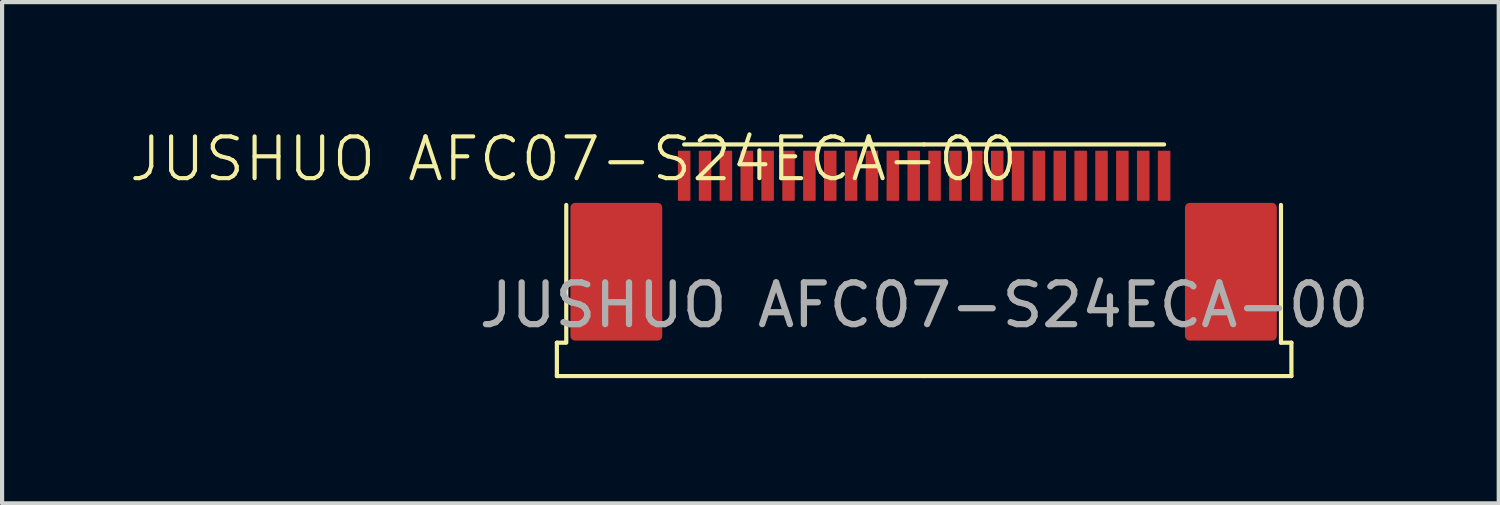
<source format=kicad_pcb>
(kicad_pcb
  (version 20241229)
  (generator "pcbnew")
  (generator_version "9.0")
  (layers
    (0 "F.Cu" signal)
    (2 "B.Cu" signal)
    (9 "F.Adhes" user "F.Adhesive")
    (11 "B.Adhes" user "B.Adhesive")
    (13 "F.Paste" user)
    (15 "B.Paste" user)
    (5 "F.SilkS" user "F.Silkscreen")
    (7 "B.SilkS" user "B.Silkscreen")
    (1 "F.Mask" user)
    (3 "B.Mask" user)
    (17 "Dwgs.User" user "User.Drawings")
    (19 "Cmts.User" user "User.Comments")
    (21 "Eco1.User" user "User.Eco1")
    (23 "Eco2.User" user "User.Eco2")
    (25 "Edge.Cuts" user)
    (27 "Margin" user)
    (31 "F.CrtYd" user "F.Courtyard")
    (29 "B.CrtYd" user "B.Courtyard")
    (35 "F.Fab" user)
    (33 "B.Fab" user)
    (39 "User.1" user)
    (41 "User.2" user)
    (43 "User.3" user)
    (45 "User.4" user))
  (footprint "JUSHUO AFC07-S24ECA-00"
    (layer "F.Cu")
    (at 19.093 1.161)
    (property "Reference" "JUSHUO AFC07-S24ECA-00" (at -8.4 -0.4 0) (unlocked yes) (layer "F.SilkS") (effects (font (size 1 1) (thickness 0.1))))
    (attr smd)
    (fp_line (start -8.8 4) (end -8.6 4) (stroke (width 0.1) (type default)) (layer "F.SilkS"))
    (fp_line (start -8.8 4.8) (end -8.8 4) (stroke (width 0.1) (type default)) (layer "F.SilkS"))
    (fp_line (start -8.575 0.7) (end -8.575 4) (stroke (width 0.1) (type default)) (layer "F.SilkS"))
    (fp_line (start 0 -0.75) (end -5.75 -0.75) (stroke (width 0.1) (type default)) (layer "F.SilkS"))
    (fp_line (start 0 -0.75) (end 5.75 -0.75) (stroke (width 0.1) (type default)) (layer "F.SilkS"))
    (fp_line (start 0 4.8) (end -8.8 4.8) (stroke (width 0.1) (type default)) (layer "F.SilkS"))
    (fp_line (start 0 4.8) (end 8.8 4.8) (stroke (width 0.1) (type default)) (layer "F.SilkS"))
    (fp_line (start 8.55 0.7) (end 8.55 4) (stroke (width 0.1) (type default)) (layer "F.SilkS"))
    (fp_line (start 8.55 4) (end 8.8 4) (stroke (width 0.1) (type default)) (layer "F.SilkS"))
    (fp_line (start 8.8 4.8) (end 8.8 4) (stroke (width 0.1) (type default)) (layer "F.SilkS"))
    (fp_text user "${REFERENCE}" (at 0 3.1 0) (unlocked yes) (layer "F.Fab") (effects (font (size 1 1) (thickness 0.15))))
    (pad "1" smd roundrect (at -5.75 0) (size 0.3 1.2) (layers "F.Cu" "F.Mask" "F.Paste") (roundrect_rratio 0.05))
    (pad "2" smd roundrect (at -5.25 0) (size 0.3 1.2) (layers "F.Cu" "F.Mask" "F.Paste") (roundrect_rratio 0.05))
    (pad "3" smd roundrect (at -4.75 0) (size 0.3 1.2) (layers "F.Cu" "F.Mask" "F.Paste") (roundrect_rratio 0.05))
    (pad "4" smd roundrect (at -4.25 0) (size 0.3 1.2) (layers "F.Cu" "F.Mask" "F.Paste") (roundrect_rratio 0.05))
    (pad "5" smd roundrect (at -3.75 0) (size 0.3 1.2) (layers "F.Cu" "F.Mask" "F.Paste") (roundrect_rratio 0.05))
    (pad "6" smd roundrect (at -3.25 0) (size 0.3 1.2) (layers "F.Cu" "F.Mask" "F.Paste") (roundrect_rratio 0.05))
    (pad "7" smd roundrect (at -2.75 0) (size 0.3 1.2) (layers "F.Cu" "F.Mask" "F.Paste") (roundrect_rratio 0.05))
    (pad "8" smd roundrect (at -2.25 0) (size 0.3 1.2) (layers "F.Cu" "F.Mask" "F.Paste") (roundrect_rratio 0.05))
    (pad "9" smd roundrect (at -1.75 0) (size 0.3 1.2) (layers "F.Cu" "F.Mask" "F.Paste") (roundrect_rratio 0.05))
    (pad "10" smd roundrect (at -1.25 0) (size 0.3 1.2) (layers "F.Cu" "F.Mask" "F.Paste") (roundrect_rratio 0.05))
    (pad "11" smd roundrect (at -0.75 0) (size 0.3 1.2) (layers "F.Cu" "F.Mask" "F.Paste") (roundrect_rratio 0.05))
    (pad "12" smd roundrect (at -0.25 0) (size 0.3 1.2) (layers "F.Cu" "F.Mask" "F.Paste") (roundrect_rratio 0.05))
    (pad "13" smd roundrect (at 0.25 0) (size 0.3 1.2) (layers "F.Cu" "F.Mask" "F.Paste") (roundrect_rratio 0.05))
    (pad "14" smd roundrect (at 0.75 0) (size 0.3 1.2) (layers "F.Cu" "F.Mask" "F.Paste") (roundrect_rratio 0.05))
    (pad "15" smd roundrect (at 1.25 0) (size 0.3 1.2) (layers "F.Cu" "F.Mask" "F.Paste") (roundrect_rratio 0.05))
    (pad "16" smd roundrect (at 1.75 0) (size 0.3 1.2) (layers "F.Cu" "F.Mask" "F.Paste") (roundrect_rratio 0.05))
    (pad "17" smd roundrect (at 2.25 0) (size 0.3 1.2) (layers "F.Cu" "F.Mask" "F.Paste") (roundrect_rratio 0.05))
    (pad "18" smd roundrect (at 2.75 0) (size 0.3 1.2) (layers "F.Cu" "F.Mask" "F.Paste") (roundrect_rratio 0.05))
    (pad "19" smd roundrect (at 3.25 0) (size 0.3 1.2) (layers "F.Cu" "F.Mask" "F.Paste") (roundrect_rratio 0.05))
    (pad "20" smd roundrect (at 3.75 0) (size 0.3 1.2) (layers "F.Cu" "F.Mask" "F.Paste") (roundrect_rratio 0.05))
    (pad "21" smd roundrect (at 4.25 0) (size 0.3 1.2) (layers "F.Cu" "F.Mask" "F.Paste") (roundrect_rratio 0.05))
    (pad "22" smd roundrect (at 4.75 0) (size 0.3 1.2) (layers "F.Cu" "F.Mask" "F.Paste") (roundrect_rratio 0.05))
    (pad "23" smd roundrect (at 5.25 0) (size 0.3 1.2) (layers "F.Cu" "F.Mask" "F.Paste") (roundrect_rratio 0.05))
    (pad "24" smd roundrect (at 5.75 0) (size 0.3 1.2) (layers "F.Cu" "F.Mask" "F.Paste") (roundrect_rratio 0.05))
    (pad "GND" smd roundrect (at -7.375 2.3 90) (size 3.3 2.2) (layers "F.Cu" "F.Mask" "F.Paste") (roundrect_rratio 0.05))
    (pad "GND" smd roundrect (at 7.35 2.3 90) (size 3.3 2.2) (layers "F.Cu" "F.Mask" "F.Paste") (roundrect_rratio 0.05)))
  (gr_rect
    (start -3 -3)
    (end 32.861 9.011)
    (stroke (width 0.1) (type default))
    (fill no)
    (layer "Edge.Cuts")))
</source>
